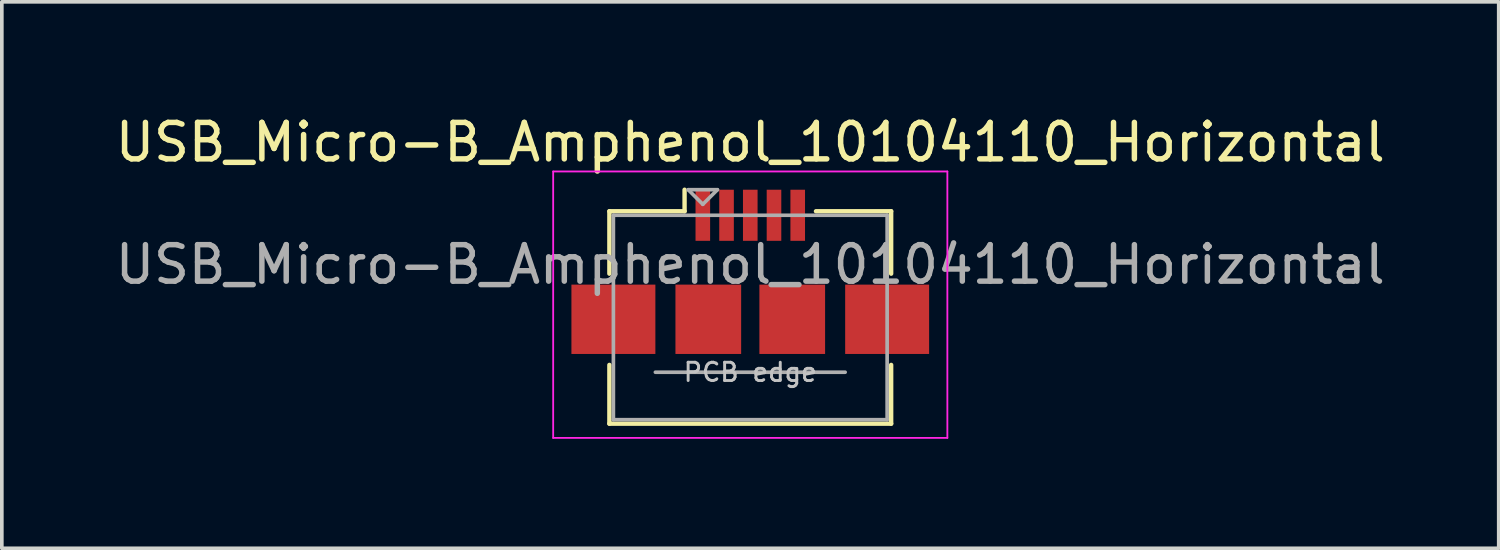
<source format=kicad_pcb>
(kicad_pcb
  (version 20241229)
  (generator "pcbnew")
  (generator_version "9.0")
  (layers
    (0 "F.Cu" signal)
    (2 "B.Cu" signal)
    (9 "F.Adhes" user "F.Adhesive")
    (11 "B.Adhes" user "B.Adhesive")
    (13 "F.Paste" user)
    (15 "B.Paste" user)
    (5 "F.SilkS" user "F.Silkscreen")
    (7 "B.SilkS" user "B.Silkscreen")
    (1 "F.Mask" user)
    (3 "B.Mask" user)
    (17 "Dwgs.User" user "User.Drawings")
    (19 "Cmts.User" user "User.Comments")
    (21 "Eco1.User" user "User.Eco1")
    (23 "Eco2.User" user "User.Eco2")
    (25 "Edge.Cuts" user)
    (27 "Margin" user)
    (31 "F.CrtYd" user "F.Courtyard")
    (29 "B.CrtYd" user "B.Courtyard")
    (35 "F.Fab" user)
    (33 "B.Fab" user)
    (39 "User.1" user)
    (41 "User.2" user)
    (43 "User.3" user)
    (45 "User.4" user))
  (footprint "USB_Micro-B_Amphenol_10104110_Horizontal"
    (layer "F.Cu")
    (at 17.506 4.398)
    (property "Reference" "USB_Micro-B_Amphenol_10104110_Horizontal" (at 0 -3.55 0) (layer "F.SilkS") (effects (font (size 1 1) (thickness 0.15))))
    (attr smd)
    (fp_line (start -3.86 -1.66) (end -1.8 -1.66) (stroke (width 0.12) (type solid)) (layer "F.SilkS"))
    (fp_line (start -3.86 0.05) (end -3.86 -1.66) (stroke (width 0.12) (type solid)) (layer "F.SilkS"))
    (fp_line (start -3.86 4.16) (end -3.86 2.55) (stroke (width 0.12) (type solid)) (layer "F.SilkS"))
    (fp_line (start -3.86 4.16) (end 3.86 4.16) (stroke (width 0.12) (type solid)) (layer "F.SilkS"))
    (fp_line (start -1.8 -1.66) (end -1.8 -2.25) (stroke (width 0.12) (type solid)) (layer "F.SilkS"))
    (fp_line (start 3.86 -1.66) (end 1.8 -1.66) (stroke (width 0.12) (type solid)) (layer "F.SilkS"))
    (fp_line (start 3.86 0.05) (end 3.86 -1.66) (stroke (width 0.12) (type solid)) (layer "F.SilkS"))
    (fp_line (start 3.86 4.16) (end 3.86 2.55) (stroke (width 0.12) (type solid)) (layer "F.SilkS"))
    (fp_line (start -5.4 -2.75) (end -5.4 4.55) (stroke (width 0.05) (type solid)) (layer "F.CrtYd"))
    (fp_line (start -5.4 4.55) (end 5.4 4.55) (stroke (width 0.05) (type solid)) (layer "F.CrtYd"))
    (fp_line (start 5.4 -2.75) (end -5.4 -2.75) (stroke (width 0.05) (type solid)) (layer "F.CrtYd"))
    (fp_line (start 5.4 4.55) (end 5.4 -2.75) (stroke (width 0.05) (type solid)) (layer "F.CrtYd"))
    (fp_line (start -3.75 -1.55) (end 3.75 -1.55) (stroke (width 0.1) (type solid)) (layer "F.Fab"))
    (fp_line (start -3.75 4.05) (end -3.75 -1.55) (stroke (width 0.1) (type solid)) (layer "F.Fab"))
    (fp_line (start -2.6 2.75) (end 2.6 2.75) (stroke (width 0.1) (type solid)) (layer "F.Fab"))
    (fp_line (start -1.7 -2.25) (end -1.3 -1.85) (stroke (width 0.1) (type solid)) (layer "F.Fab"))
    (fp_line (start -1.3 -1.85) (end -0.9 -2.25) (stroke (width 0.1) (type solid)) (layer "F.Fab"))
    (fp_line (start -0.9 -2.25) (end -1.7 -2.25) (stroke (width 0.1) (type solid)) (layer "F.Fab"))
    (fp_line (start 3.75 -1.55) (end 3.75 4.05) (stroke (width 0.1) (type solid)) (layer "F.Fab"))
    (fp_line (start 3.75 4.05) (end -3.75 4.05) (stroke (width 0.1) (type solid)) (layer "F.Fab"))
    (fp_text user "PCB edge" (at 0 2.75 0) (layer "Dwgs.User") (effects (font (size 0.5 0.5) (thickness 0.08))))
    (fp_text user "${REFERENCE}" (at 0 -0.2 0) (layer "F.Fab") (effects (font (size 1 1) (thickness 0.15))))
    (pad "1" smd rect (at -1.3 -1.55) (size 0.4 1.4) (layers "F.Cu" "F.Mask" "F.Paste"))
    (pad "2" smd rect (at -0.65 -1.55) (size 0.4 1.4) (layers "F.Cu" "F.Mask" "F.Paste"))
    (pad "3" smd rect (at 0 -1.55) (size 0.4 1.4) (layers "F.Cu" "F.Mask" "F.Paste"))
    (pad "4" smd rect (at 0.65 -1.55) (size 0.4 1.4) (layers "F.Cu" "F.Mask" "F.Paste"))
    (pad "5" smd rect (at 1.3 -1.55) (size 0.4 1.4) (layers "F.Cu" "F.Mask" "F.Paste"))
    (pad "6" smd rect (at -3.75 1.3) (size 2.3 1.9) (layers "F.Cu" "F.Mask" "F.Paste"))
    (pad "6" smd rect (at -1.15 1.3) (size 1.8 1.9) (layers "F.Cu" "F.Mask" "F.Paste"))
    (pad "6" smd rect (at 1.15 1.3) (size 1.8 1.9) (layers "F.Cu" "F.Mask" "F.Paste"))
    (pad "6" smd rect (at 3.75 1.3) (size 2.3 1.9) (layers "F.Cu" "F.Mask" "F.Paste")))
  (gr_rect
    (start -3 -3)
    (end 38.012 11.973)
    (stroke (width 0.1) (type default))
    (fill no)
    (layer "Edge.Cuts")))
</source>
